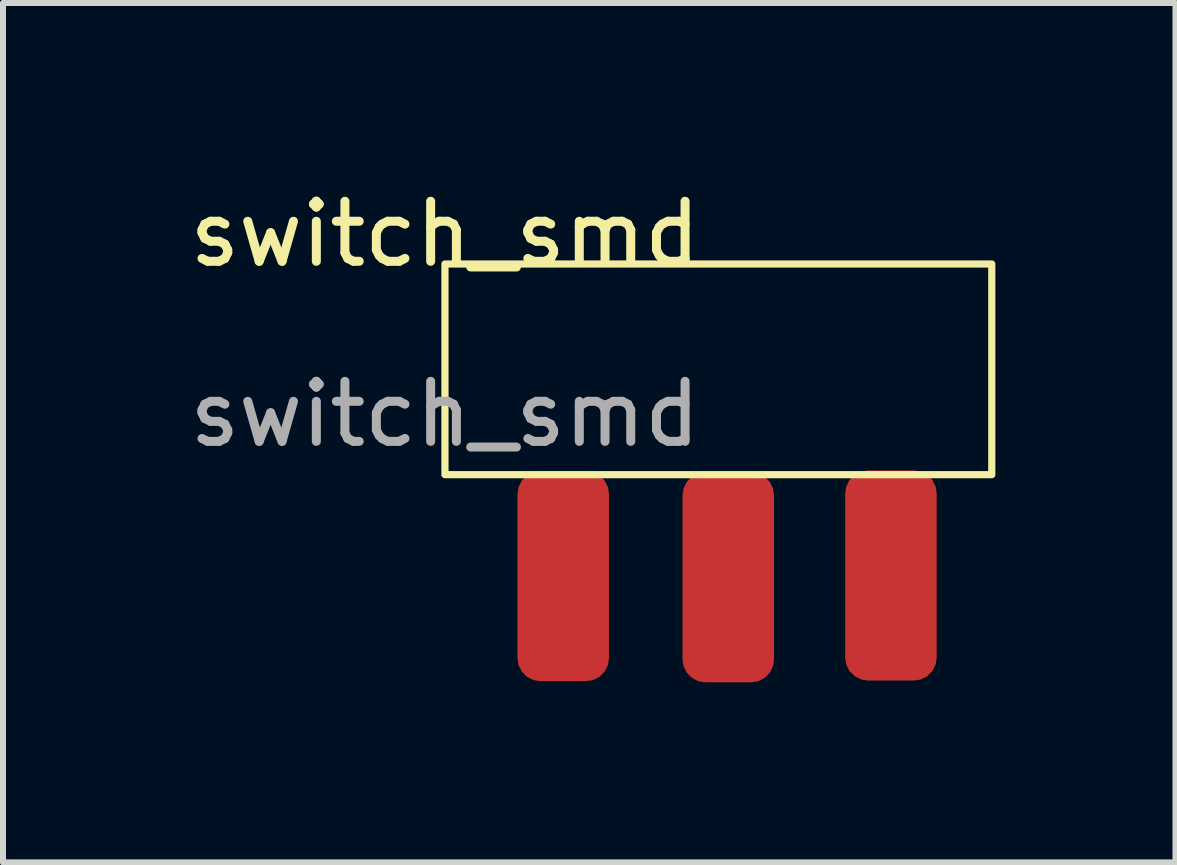
<source format=kicad_pcb>
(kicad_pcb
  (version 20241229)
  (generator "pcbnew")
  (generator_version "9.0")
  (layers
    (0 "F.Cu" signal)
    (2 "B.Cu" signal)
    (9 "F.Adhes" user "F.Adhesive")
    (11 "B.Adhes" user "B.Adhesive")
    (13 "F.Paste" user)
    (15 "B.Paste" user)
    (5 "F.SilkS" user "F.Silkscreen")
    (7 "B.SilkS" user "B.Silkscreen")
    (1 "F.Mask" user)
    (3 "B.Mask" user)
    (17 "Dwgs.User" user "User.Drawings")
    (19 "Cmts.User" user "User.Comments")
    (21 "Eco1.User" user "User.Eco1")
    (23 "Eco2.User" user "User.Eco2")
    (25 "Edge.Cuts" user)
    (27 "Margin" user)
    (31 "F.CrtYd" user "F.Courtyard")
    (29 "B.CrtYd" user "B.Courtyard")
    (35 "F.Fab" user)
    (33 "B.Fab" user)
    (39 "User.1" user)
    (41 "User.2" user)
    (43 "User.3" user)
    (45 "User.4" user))
  (footprint "switch_smd"
    (layer "F.Cu")
    (at 4.363 1.348)
    (property "Reference" "switch_smd" (at 0 -0.5 0) (unlocked yes) (layer "F.SilkS") (effects (font (size 1 1) (thickness 0.15))))
    (attr smd)
    (fp_rect (start 0 0) (end 9.11 3.51) (stroke (width 0.12) (type solid)) (fill no) (layer "F.SilkS"))
    (fp_text user "${REFERENCE}" (at 0 2.5 0) (unlocked yes) (layer "F.Fab") (effects (font (size 1 1) (thickness 0.15))))
    (pad "1" smd roundrect (at 1.97 5.2 90) (size 3.5 1.524) (layers "F.Cu" "F.Mask" "F.Paste") (roundrect_rratio 0.25))
    (pad "2" smd roundrect (at 4.72 5.22 90) (size 3.5 1.524) (layers "F.Cu" "F.Mask" "F.Paste") (roundrect_rratio 0.25))
    (pad "3" smd roundrect (at 7.43 5.19 90) (size 3.5 1.524) (layers "F.Cu" "F.Mask" "F.Paste") (roundrect_rratio 0.25)))
  (gr_rect
    (start -3 -3)
    (end 16.533 11.318)
    (stroke (width 0.1) (type default))
    (fill no)
    (layer "Edge.Cuts")))
</source>
